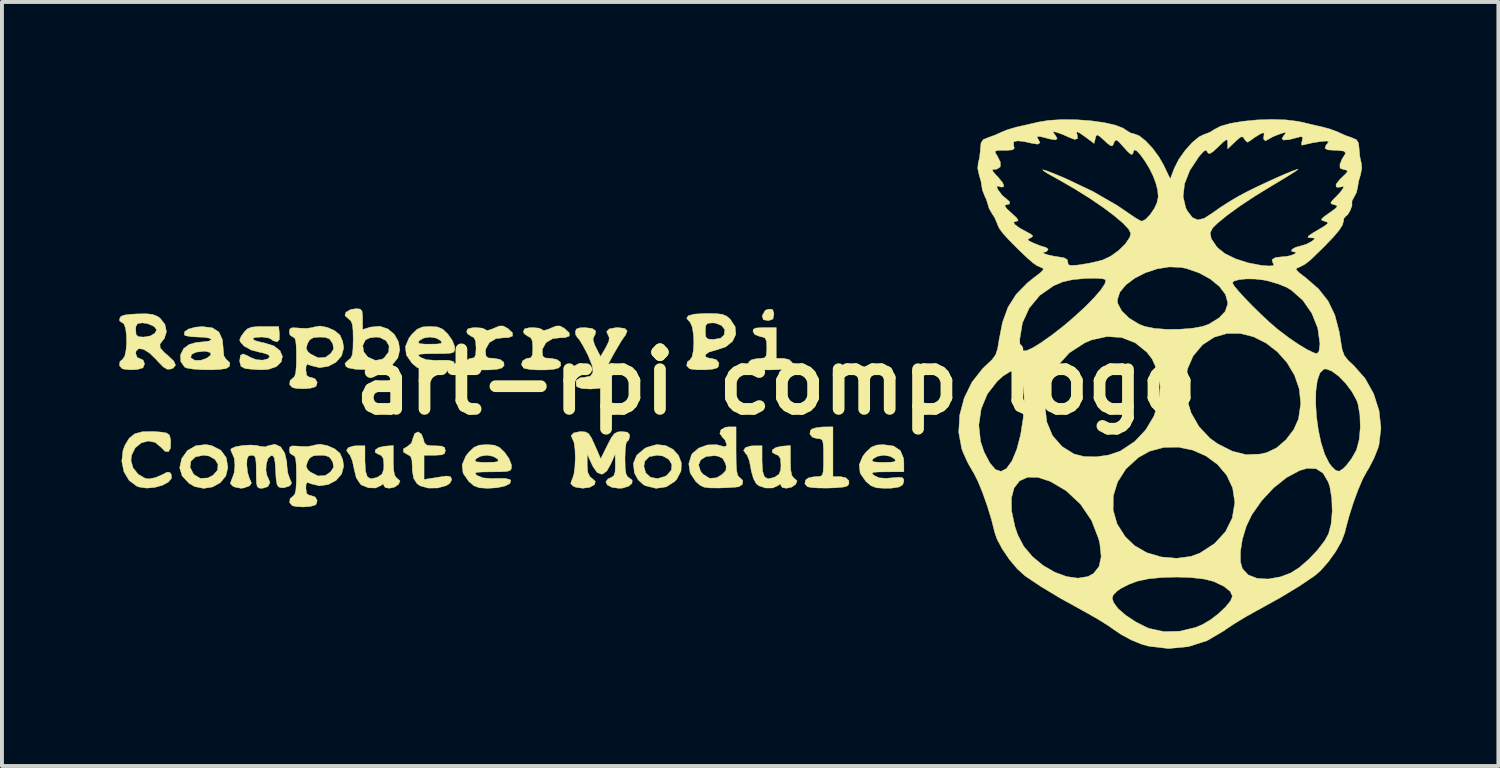
<source format=kicad_pcb>
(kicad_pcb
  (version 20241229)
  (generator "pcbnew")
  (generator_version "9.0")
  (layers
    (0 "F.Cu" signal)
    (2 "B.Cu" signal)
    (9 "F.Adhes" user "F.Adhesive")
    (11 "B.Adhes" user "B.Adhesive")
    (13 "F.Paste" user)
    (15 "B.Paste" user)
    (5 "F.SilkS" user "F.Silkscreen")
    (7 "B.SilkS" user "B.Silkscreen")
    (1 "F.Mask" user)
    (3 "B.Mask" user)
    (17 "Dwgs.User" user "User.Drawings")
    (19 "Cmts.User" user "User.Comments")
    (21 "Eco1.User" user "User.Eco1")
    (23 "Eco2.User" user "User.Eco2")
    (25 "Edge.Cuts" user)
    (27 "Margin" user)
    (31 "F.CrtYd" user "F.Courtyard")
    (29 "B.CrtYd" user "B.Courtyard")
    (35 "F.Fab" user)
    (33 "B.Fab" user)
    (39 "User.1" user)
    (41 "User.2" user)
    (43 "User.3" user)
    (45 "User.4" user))
  (footprint "art-rpi comp logo"
    (layer "F.Cu")
    (at 16.811 6.723)
    (property "Reference" "art-rpi comp logo" (at 0 0 0) (layer "F.SilkS") (effects (font (size 1.524 1.524) (thickness 0.3))))
    (attr through_hole)
    (fp_poly (pts (xy -0.095 -1.856) (xy -0.062 -1.769) (xy -0.06 -1.728) (xy -0.084 -1.611) (xy -0.177 -1.574) (xy -0.216 -1.572) (xy -0.329 -1.592) (xy -0.356 -1.672) (xy -0.352 -1.708) (xy -0.283 -1.831) (xy -0.197 -1.864) (xy -0.095 -1.856)) (stroke (width 0.01) (type solid)) (fill yes) (layer "F.SilkS"))
    (fp_poly (pts (xy -14.444 1.629) (xy -14.209 1.748) (xy -14.072 1.937) (xy -14.03 2.185) (xy -14.083 2.405) (xy -14.223 2.576) (xy -14.421 2.686) (xy -14.65 2.723) (xy -14.883 2.676) (xy -15.025 2.593) (xy -15.202 2.402) (xy -15.263 2.195) (xy -15.26 2.18) (xy -14.999 2.18) (xy -14.913 2.351) (xy -14.898 2.369) (xy -14.737 2.466) (xy -14.545 2.456) (xy -14.407 2.385) (xy -14.294 2.253) (xy -14.283 2.109) (xy -14.36 1.981) (xy -14.512 1.895) (xy -14.658 1.875) (xy -14.859 1.917) (xy -14.976 2.027) (xy -14.999 2.18) (xy -15.26 2.18) (xy -15.212 1.96) (xy -15.065 1.754) (xy -14.849 1.63) (xy -14.59 1.601) (xy -14.444 1.629)) (stroke (width 0.01) (type solid)) (fill yes) (layer "F.SilkS"))
    (fp_poly (pts (xy 0 -0.605) (xy 0.183 -0.605) (xy 0.327 -0.573) (xy 0.409 -0.497) (xy 0.406 -0.406) (xy 0.357 -0.358) (xy 0.258 -0.333) (xy 0.078 -0.317) (xy -0.143 -0.309) (xy -0.366 -0.311) (xy -0.55 -0.323) (xy -0.65 -0.342) (xy -0.72 -0.418) (xy -0.7 -0.515) (xy -0.63 -0.568) (xy -0.493 -0.598) (xy -0.388 -0.605) (xy -0.297 -0.617) (xy -0.255 -0.676) (xy -0.242 -0.813) (xy -0.242 -0.873) (xy -0.249 -1.04) (xy -0.283 -1.122) (xy -0.365 -1.154) (xy -0.408 -1.16) (xy -0.546 -1.212) (xy -0.594 -1.285) (xy -0.588 -1.348) (xy -0.521 -1.38) (xy -0.367 -1.391) (xy -0.307 -1.391) (xy 0 -1.391) (xy 0 -0.605)) (stroke (width 0.01) (type solid)) (fill yes) (layer "F.SilkS"))
    (fp_poly (pts (xy -2.834 1.625) (xy -2.642 1.723) (xy -2.501 1.877) (xy -2.427 2.069) (xy -2.436 2.278) (xy -2.544 2.487) (xy -2.596 2.545) (xy -2.815 2.684) (xy -3.075 2.722) (xy -3.345 2.655) (xy -3.397 2.629) (xy -3.533 2.505) (xy -3.628 2.331) (xy -3.648 2.155) (xy -3.387 2.155) (xy -3.338 2.33) (xy -3.211 2.44) (xy -3.035 2.472) (xy -2.843 2.415) (xy -2.795 2.385) (xy -2.683 2.253) (xy -2.671 2.109) (xy -2.748 1.981) (xy -2.901 1.895) (xy -3.046 1.875) (xy -3.252 1.912) (xy -3.363 2.026) (xy -3.387 2.155) (xy -3.648 2.155) (xy -3.656 2.085) (xy -3.57 1.875) (xy -3.372 1.706) (xy -3.311 1.673) (xy -3.062 1.602) (xy -2.834 1.625)) (stroke (width 0.01) (type solid)) (fill yes) (layer "F.SilkS"))
    (fp_poly (pts (xy 1.451 2.419) (xy 1.635 2.419) (xy 1.779 2.451) (xy 1.86 2.527) (xy 1.858 2.617) (xy 1.808 2.666) (xy 1.709 2.691) (xy 1.53 2.707) (xy 1.308 2.715) (xy 1.086 2.713) (xy 0.902 2.701) (xy 0.801 2.681) (xy 0.732 2.606) (xy 0.751 2.509) (xy 0.821 2.456) (xy 0.958 2.426) (xy 1.063 2.419) (xy 1.136 2.413) (xy 1.179 2.38) (xy 1.201 2.293) (xy 1.209 2.13) (xy 1.21 1.935) (xy 1.208 1.695) (xy 1.198 1.552) (xy 1.172 1.48) (xy 1.122 1.454) (xy 1.056 1.451) (xy 0.928 1.416) (xy 0.86 1.333) (xy 0.875 1.24) (xy 0.913 1.204) (xy 1.028 1.169) (xy 1.197 1.15) (xy 1.225 1.15) (xy 1.451 1.149) (xy 1.451 2.419)) (stroke (width 0.01) (type solid)) (fill yes) (layer "F.SilkS"))
    (fp_poly (pts (xy -15.754 1.281) (xy -15.597 1.306) (xy -15.524 1.36) (xy -15.496 1.475) (xy -15.493 1.507) (xy -15.498 1.694) (xy -15.552 1.785) (xy -15.642 1.772) (xy -15.733 1.678) (xy -15.89 1.546) (xy -16.072 1.511) (xy -16.252 1.562) (xy -16.402 1.687) (xy -16.494 1.874) (xy -16.51 2.007) (xy -16.458 2.196) (xy -16.326 2.361) (xy -16.152 2.463) (xy -16.053 2.48) (xy -15.887 2.448) (xy -15.715 2.374) (xy -15.589 2.309) (xy -15.521 2.312) (xy -15.481 2.359) (xy -15.471 2.465) (xy -15.555 2.563) (xy -15.707 2.644) (xy -15.9 2.698) (xy -16.107 2.716) (xy -16.301 2.688) (xy -16.359 2.668) (xy -16.558 2.519) (xy -16.69 2.297) (xy -16.745 2.03) (xy -16.714 1.752) (xy -16.665 1.62) (xy -16.555 1.439) (xy -16.413 1.326) (xy -16.216 1.272) (xy -15.94 1.267) (xy -15.754 1.281)) (stroke (width 0.01) (type solid)) (fill yes) (layer "F.SilkS"))
    (fp_poly (pts (xy -9.077 1.334) (xy -9.033 1.447) (xy -9 1.563) (xy -8.936 1.617) (xy -8.803 1.632) (xy -8.731 1.633) (xy -8.564 1.641) (xy -8.486 1.676) (xy -8.467 1.751) (xy -8.467 1.754) (xy -8.484 1.829) (xy -8.558 1.865) (xy -8.719 1.875) (xy -8.739 1.875) (xy -9.011 1.875) (xy -9.011 2.495) (xy -8.784 2.459) (xy -8.601 2.43) (xy -8.452 2.408) (xy -8.439 2.406) (xy -8.331 2.425) (xy -8.302 2.499) (xy -8.352 2.592) (xy -8.437 2.65) (xy -8.666 2.713) (xy -8.906 2.715) (xy -9.11 2.658) (xy -9.192 2.6) (xy -9.278 2.465) (xy -9.312 2.262) (xy -9.313 2.184) (xy -9.322 1.999) (xy -9.356 1.902) (xy -9.428 1.859) (xy -9.434 1.857) (xy -9.538 1.794) (xy -9.538 1.712) (xy -9.438 1.651) (xy -9.335 1.567) (xy -9.302 1.461) (xy -9.25 1.319) (xy -9.164 1.276) (xy -9.077 1.334)) (stroke (width 0.01) (type solid)) (fill yes) (layer "F.SilkS"))
    (fp_poly (pts (xy -9.797 2.019) (xy -9.79 2.249) (xy -9.763 2.387) (xy -9.711 2.46) (xy -9.694 2.471) (xy -9.626 2.531) (xy -9.66 2.611) (xy -9.671 2.625) (xy -9.772 2.693) (xy -9.899 2.719) (xy -10.003 2.702) (xy -10.039 2.649) (xy -10.057 2.607) (xy -10.112 2.649) (xy -10.251 2.713) (xy -10.434 2.708) (xy -10.608 2.638) (xy -10.637 2.616) (xy -10.746 2.452) (xy -10.805 2.207) (xy -10.845 2.019) (xy -10.903 1.878) (xy -10.935 1.839) (xy -10.995 1.753) (xy -10.95 1.681) (xy -10.816 1.638) (xy -10.731 1.633) (xy -10.523 1.633) (xy -10.523 2.028) (xy -10.509 2.281) (xy -10.462 2.427) (xy -10.371 2.478) (xy -10.227 2.446) (xy -10.186 2.428) (xy -10.086 2.357) (xy -10.044 2.239) (xy -10.039 2.125) (xy -10.053 1.961) (xy -10.106 1.88) (xy -10.166 1.856) (xy -10.263 1.802) (xy -10.257 1.735) (xy -10.165 1.675) (xy -10.019 1.644) (xy -9.797 1.626) (xy -9.797 2.019)) (stroke (width 0.01) (type solid)) (fill yes) (layer "F.SilkS"))
    (fp_poly (pts (xy 0.363 2.019) (xy 0.37 2.249) (xy 0.397 2.387) (xy 0.449 2.46) (xy 0.466 2.471) (xy 0.534 2.531) (xy 0.5 2.611) (xy 0.489 2.625) (xy 0.388 2.693) (xy 0.261 2.719) (xy 0.157 2.702) (xy 0.121 2.649) (xy 0.103 2.607) (xy 0.048 2.649) (xy -0.089 2.712) (xy -0.271 2.714) (xy -0.442 2.657) (xy -0.512 2.603) (xy -0.583 2.472) (xy -0.638 2.28) (xy -0.652 2.195) (xy -0.689 2.01) (xy -0.745 1.873) (xy -0.775 1.839) (xy -0.835 1.753) (xy -0.79 1.681) (xy -0.657 1.638) (xy -0.571 1.633) (xy -0.363 1.633) (xy -0.363 2.028) (xy -0.349 2.281) (xy -0.302 2.427) (xy -0.211 2.478) (xy -0.067 2.446) (xy -0.026 2.428) (xy 0.074 2.357) (xy 0.116 2.239) (xy 0.121 2.125) (xy 0.107 1.961) (xy 0.054 1.88) (xy -0.006 1.856) (xy -0.103 1.802) (xy -0.097 1.735) (xy -0.005 1.675) (xy 0.141 1.644) (xy 0.363 1.626) (xy 0.363 2.019)) (stroke (width 0.01) (type solid)) (fill yes) (layer "F.SilkS"))
    (fp_poly (pts (xy -6.877 -1.375) (xy -6.864 -1.366) (xy -6.748 -1.258) (xy -6.747 -1.175) (xy -6.855 -1.134) (xy -6.948 -1.134) (xy -7.171 -1.109) (xy -7.341 -1.007) (xy -7.431 -0.848) (xy -7.439 -0.779) (xy -7.426 -0.662) (xy -7.365 -0.614) (xy -7.225 -0.605) (xy -7.066 -0.576) (xy -6.972 -0.506) (xy -6.963 -0.419) (xy -7.022 -0.358) (xy -7.136 -0.326) (xy -7.325 -0.309) (xy -7.544 -0.307) (xy -7.748 -0.319) (xy -7.891 -0.346) (xy -7.916 -0.358) (xy -7.972 -0.445) (xy -7.94 -0.541) (xy -7.842 -0.601) (xy -7.803 -0.605) (xy -7.726 -0.622) (xy -7.69 -0.696) (xy -7.68 -0.858) (xy -7.68 -0.87) (xy -7.692 -1.045) (xy -7.734 -1.134) (xy -7.801 -1.167) (xy -7.9 -1.233) (xy -7.922 -1.295) (xy -7.888 -1.36) (xy -7.771 -1.388) (xy -7.68 -1.391) (xy -7.529 -1.378) (xy -7.445 -1.345) (xy -7.439 -1.331) (xy -7.391 -1.316) (xy -7.274 -1.352) (xy -7.231 -1.371) (xy -7.086 -1.432) (xy -6.988 -1.433) (xy -6.877 -1.375)) (stroke (width 0.01) (type solid)) (fill yes) (layer "F.SilkS"))
    (fp_poly (pts (xy -5.426 -1.375) (xy -5.413 -1.366) (xy -5.297 -1.258) (xy -5.296 -1.175) (xy -5.403 -1.134) (xy -5.496 -1.134) (xy -5.719 -1.109) (xy -5.89 -1.007) (xy -5.98 -0.848) (xy -5.987 -0.779) (xy -5.975 -0.662) (xy -5.913 -0.614) (xy -5.774 -0.605) (xy -5.615 -0.576) (xy -5.521 -0.506) (xy -5.512 -0.419) (xy -5.57 -0.358) (xy -5.684 -0.326) (xy -5.874 -0.309) (xy -6.093 -0.307) (xy -6.296 -0.319) (xy -6.439 -0.346) (xy -6.465 -0.358) (xy -6.52 -0.445) (xy -6.489 -0.541) (xy -6.391 -0.601) (xy -6.352 -0.605) (xy -6.274 -0.622) (xy -6.238 -0.696) (xy -6.229 -0.858) (xy -6.229 -0.87) (xy -6.24 -1.045) (xy -6.283 -1.134) (xy -6.35 -1.167) (xy -6.448 -1.233) (xy -6.471 -1.295) (xy -6.437 -1.36) (xy -6.319 -1.388) (xy -6.229 -1.391) (xy -6.078 -1.378) (xy -5.993 -1.345) (xy -5.987 -1.331) (xy -5.94 -1.316) (xy -5.822 -1.352) (xy -5.779 -1.371) (xy -5.634 -1.432) (xy -5.536 -1.433) (xy -5.426 -1.375)) (stroke (width 0.01) (type solid)) (fill yes) (layer "F.SilkS"))
    (fp_poly (pts (xy -14.429 -1.386) (xy -14.26 -1.278) (xy -14.171 -1.084) (xy -14.151 -0.868) (xy -14.132 -0.666) (xy -14.07 -0.571) (xy -14.061 -0.566) (xy -13.979 -0.49) (xy -13.992 -0.397) (xy -14.076 -0.344) (xy -14.244 -0.32) (xy -14.466 -0.31) (xy -14.706 -0.314) (xy -14.924 -0.33) (xy -15.083 -0.357) (xy -15.135 -0.379) (xy -15.236 -0.522) (xy -15.24 -0.628) (xy -14.98 -0.628) (xy -14.972 -0.612) (xy -14.873 -0.553) (xy -14.716 -0.556) (xy -14.571 -0.607) (xy -14.467 -0.689) (xy -14.479 -0.752) (xy -14.6 -0.784) (xy -14.65 -0.785) (xy -14.841 -0.763) (xy -14.958 -0.707) (xy -14.98 -0.628) (xy -15.24 -0.628) (xy -15.243 -0.693) (xy -15.163 -0.854) (xy -15.024 -0.958) (xy -14.853 -1.008) (xy -14.663 -1.028) (xy -14.524 -1.043) (xy -14.455 -1.081) (xy -14.454 -1.089) (xy -14.508 -1.122) (xy -14.649 -1.144) (xy -14.783 -1.149) (xy -14.971 -1.158) (xy -15.105 -1.182) (xy -15.145 -1.203) (xy -15.14 -1.284) (xy -15.038 -1.354) (xy -14.862 -1.402) (xy -14.686 -1.417) (xy -14.429 -1.386)) (stroke (width 0.01) (type solid)) (fill yes) (layer "F.SilkS"))
    (fp_poly (pts (xy -12.73 -1.418) (xy -12.711 -1.223) (xy -12.715 -1.08) (xy -12.769 -1.029) (xy -12.783 -1.028) (xy -12.888 -1.063) (xy -12.912 -1.089) (xy -12.991 -1.127) (xy -13.142 -1.148) (xy -13.191 -1.149) (xy -13.349 -1.136) (xy -13.395 -1.102) (xy -13.335 -1.058) (xy -13.174 -1.014) (xy -13.111 -1.003) (xy -12.855 -0.924) (xy -12.697 -0.801) (xy -12.635 -0.656) (xy -12.666 -0.513) (xy -12.788 -0.393) (xy -12.999 -0.321) (xy -13.182 -0.311) (xy -13.383 -0.322) (xy -13.554 -0.339) (xy -13.592 -0.345) (xy -13.694 -0.397) (xy -13.728 -0.521) (xy -13.728 -0.548) (xy -13.708 -0.682) (xy -13.639 -0.718) (xy -13.506 -0.661) (xy -13.458 -0.631) (xy -13.307 -0.571) (xy -13.142 -0.558) (xy -13.009 -0.591) (xy -12.958 -0.646) (xy -12.997 -0.7) (xy -13.142 -0.746) (xy -13.219 -0.76) (xy -13.434 -0.818) (xy -13.61 -0.914) (xy -13.713 -1.025) (xy -13.728 -1.082) (xy -13.693 -1.163) (xy -13.612 -1.278) (xy -13.531 -1.359) (xy -13.426 -1.402) (xy -13.262 -1.418) (xy -13.114 -1.419) (xy -12.73 -1.418)) (stroke (width 0.01) (type solid)) (fill yes) (layer "F.SilkS"))
    (fp_poly (pts (xy 3.004 1.64) (xy 3.175 1.755) (xy 3.257 1.95) (xy 3.266 2.066) (xy 3.266 2.298) (xy 2.827 2.3) (xy 2.605 2.303) (xy 2.486 2.313) (xy 2.451 2.335) (xy 2.484 2.375) (xy 2.51 2.396) (xy 2.631 2.453) (xy 2.809 2.465) (xy 2.948 2.454) (xy 3.134 2.438) (xy 3.229 2.448) (xy 3.262 2.492) (xy 3.266 2.533) (xy 3.237 2.63) (xy 3.139 2.689) (xy 2.953 2.717) (xy 2.772 2.721) (xy 2.567 2.708) (xy 2.425 2.655) (xy 2.293 2.545) (xy 2.148 2.335) (xy 2.123 2.119) (xy 2.166 2.016) (xy 2.452 2.016) (xy 2.491 2.044) (xy 2.617 2.055) (xy 2.752 2.056) (xy 2.944 2.052) (xy 3.036 2.036) (xy 3.048 2.001) (xy 3.024 1.965) (xy 2.914 1.902) (xy 2.754 1.875) (xy 2.752 1.875) (xy 2.591 1.901) (xy 2.48 1.965) (xy 2.48 1.965) (xy 2.452 2.016) (xy 2.166 2.016) (xy 2.218 1.895) (xy 2.293 1.8) (xy 2.431 1.67) (xy 2.572 1.614) (xy 2.74 1.603) (xy 3.004 1.64)) (stroke (width 0.01) (type solid)) (fill yes) (layer "F.SilkS"))
    (fp_poly (pts (xy -1.028 1.778) (xy -1.025 2.072) (xy -1.013 2.266) (xy -0.989 2.38) (xy -0.951 2.434) (xy -0.937 2.441) (xy -0.856 2.519) (xy -0.865 2.618) (xy -0.953 2.68) (xy -1.065 2.694) (xy -1.256 2.706) (xy -1.473 2.713) (xy -1.7 2.711) (xy -1.846 2.692) (xy -1.951 2.642) (xy -2.055 2.551) (xy -2.062 2.543) (xy -2.201 2.331) (xy -2.233 2.126) (xy -1.986 2.126) (xy -1.937 2.282) (xy -1.875 2.359) (xy -1.706 2.465) (xy -1.526 2.452) (xy -1.384 2.365) (xy -1.288 2.264) (xy -1.28 2.154) (xy -1.303 2.078) (xy -1.37 1.955) (xy -1.486 1.899) (xy -1.581 1.887) (xy -1.794 1.907) (xy -1.934 1.994) (xy -1.986 2.126) (xy -2.233 2.126) (xy -2.238 2.095) (xy -2.17 1.868) (xy -2.147 1.832) (xy -1.984 1.692) (xy -1.76 1.611) (xy -1.526 1.605) (xy -1.45 1.624) (xy -1.324 1.658) (xy -1.275 1.634) (xy -1.27 1.591) (xy -1.315 1.478) (xy -1.371 1.421) (xy -1.443 1.32) (xy -1.415 1.223) (xy -1.301 1.159) (xy -1.211 1.149) (xy -1.028 1.149) (xy -1.028 1.778)) (stroke (width 0.01) (type solid)) (fill yes) (layer "F.SilkS"))
    (fp_poly (pts (xy -8.666 -1.407) (xy -8.532 -1.349) (xy -8.401 -1.224) (xy -8.29 -1.066) (xy -8.229 -0.914) (xy -8.225 -0.876) (xy -8.23 -0.802) (xy -8.261 -0.758) (xy -8.344 -0.735) (xy -8.501 -0.726) (xy -8.724 -0.724) (xy -8.965 -0.721) (xy -9.102 -0.712) (xy -9.154 -0.693) (xy -9.138 -0.66) (xy -9.102 -0.63) (xy -8.957 -0.57) (xy -8.724 -0.553) (xy -8.624 -0.556) (xy -8.389 -0.556) (xy -8.265 -0.526) (xy -8.241 -0.499) (xy -8.27 -0.423) (xy -8.396 -0.36) (xy -8.599 -0.317) (xy -8.838 -0.302) (xy -9.043 -0.315) (xy -9.186 -0.368) (xy -9.318 -0.479) (xy -9.464 -0.689) (xy -9.489 -0.905) (xy -9.445 -1.007) (xy -9.16 -1.007) (xy -9.121 -0.98) (xy -8.995 -0.969) (xy -8.86 -0.968) (xy -8.668 -0.971) (xy -8.576 -0.988) (xy -8.563 -1.023) (xy -8.588 -1.058) (xy -8.698 -1.122) (xy -8.858 -1.149) (xy -8.86 -1.149) (xy -9.02 -1.123) (xy -9.131 -1.059) (xy -9.132 -1.058) (xy -9.16 -1.007) (xy -9.445 -1.007) (xy -9.393 -1.129) (xy -9.318 -1.224) (xy -9.185 -1.351) (xy -9.051 -1.408) (xy -8.86 -1.421) (xy -8.666 -1.407)) (stroke (width 0.01) (type solid)) (fill yes) (layer "F.SilkS"))
    (fp_poly (pts (xy -7.215 1.616) (xy -7.081 1.675) (xy -6.95 1.8) (xy -6.839 1.958) (xy -6.778 2.11) (xy -6.773 2.148) (xy -6.778 2.221) (xy -6.81 2.266) (xy -6.892 2.289) (xy -7.049 2.298) (xy -7.272 2.3) (xy -7.513 2.303) (xy -7.651 2.311) (xy -7.703 2.33) (xy -7.686 2.364) (xy -7.65 2.394) (xy -7.505 2.454) (xy -7.273 2.471) (xy -7.173 2.467) (xy -6.938 2.467) (xy -6.813 2.497) (xy -6.79 2.525) (xy -6.818 2.601) (xy -6.945 2.664) (xy -7.147 2.707) (xy -7.387 2.721) (xy -7.592 2.708) (xy -7.734 2.656) (xy -7.867 2.545) (xy -8.012 2.335) (xy -8.037 2.119) (xy -7.994 2.016) (xy -7.708 2.016) (xy -7.669 2.044) (xy -7.543 2.055) (xy -7.408 2.056) (xy -7.216 2.052) (xy -7.124 2.036) (xy -7.112 2.001) (xy -7.136 1.965) (xy -7.246 1.902) (xy -7.406 1.875) (xy -7.408 1.875) (xy -7.569 1.901) (xy -7.68 1.965) (xy -7.68 1.965) (xy -7.708 2.016) (xy -7.994 2.016) (xy -7.942 1.895) (xy -7.867 1.8) (xy -7.734 1.673) (xy -7.6 1.616) (xy -7.408 1.603) (xy -7.215 1.616)) (stroke (width 0.01) (type solid)) (fill yes) (layer "F.SilkS"))
    (fp_poly (pts (xy -3.875 -1.37) (xy -3.813 -1.306) (xy -3.86 -1.193) (xy -3.892 -1.154) (xy -3.957 -1.058) (xy -4.06 -0.888) (xy -4.183 -0.673) (xy -4.224 -0.597) (xy -4.344 -0.37) (xy -4.409 -0.224) (xy -4.427 -0.135) (xy -4.403 -0.079) (xy -4.384 -0.06) (xy -4.323 0.033) (xy -4.372 0.109) (xy -4.517 0.161) (xy -4.747 0.181) (xy -4.757 0.181) (xy -4.976 0.168) (xy -5.093 0.126) (xy -5.117 0.094) (xy -5.122 -0.034) (xy -5.022 -0.106) (xy -4.899 -0.121) (xy -4.754 -0.151) (xy -4.69 -0.245) (xy -4.708 -0.413) (xy -4.806 -0.662) (xy -4.843 -0.737) (xy -4.945 -0.929) (xy -5.032 -1.073) (xy -5.086 -1.138) (xy -5.088 -1.139) (xy -5.132 -1.208) (xy -5.14 -1.275) (xy -5.118 -1.352) (xy -5.03 -1.385) (xy -4.902 -1.391) (xy -4.708 -1.369) (xy -4.617 -1.305) (xy -4.636 -1.206) (xy -4.655 -1.181) (xy -4.688 -1.095) (xy -4.654 -0.966) (xy -4.61 -0.874) (xy -4.496 -0.651) (xy -4.363 -0.876) (xy -4.282 -1.039) (xy -4.274 -1.143) (xy -4.297 -1.183) (xy -4.339 -1.288) (xy -4.27 -1.359) (xy -4.097 -1.39) (xy -4.048 -1.391) (xy -3.875 -1.37)) (stroke (width 0.01) (type solid)) (fill yes) (layer "F.SilkS"))
    (fp_poly (pts (xy -10.649 -1.866) (xy -10.599 -1.817) (xy -10.584 -1.696) (xy -10.583 -1.608) (xy -10.583 -1.342) (xy -10.381 -1.404) (xy -10.142 -1.427) (xy -9.934 -1.356) (xy -9.771 -1.217) (xy -9.666 -1.031) (xy -9.632 -0.823) (xy -9.681 -0.616) (xy -9.828 -0.434) (xy -9.836 -0.427) (xy -9.942 -0.364) (xy -10.08 -0.328) (xy -10.285 -0.313) (xy -10.464 -0.312) (xy -10.763 -0.325) (xy -10.947 -0.359) (xy -11.009 -0.396) (xy -11.036 -0.474) (xy -10.959 -0.55) (xy -10.951 -0.555) (xy -10.885 -0.612) (xy -10.847 -0.699) (xy -10.83 -0.846) (xy -10.828 -0.934) (xy -10.579 -0.934) (xy -10.555 -0.771) (xy -10.449 -0.638) (xy -10.257 -0.552) (xy -10.087 -0.581) (xy -10.029 -0.62) (xy -9.916 -0.769) (xy -9.906 -0.926) (xy -9.986 -1.059) (xy -10.144 -1.139) (xy -10.242 -1.149) (xy -10.401 -1.128) (xy -10.51 -1.077) (xy -10.511 -1.076) (xy -10.579 -0.934) (xy -10.828 -0.934) (xy -10.825 -1.084) (xy -10.825 -1.089) (xy -10.829 -1.328) (xy -10.847 -1.477) (xy -10.885 -1.564) (xy -10.95 -1.621) (xy -10.951 -1.622) (xy -11.035 -1.696) (xy -11.017 -1.771) (xy -11.004 -1.787) (xy -10.893 -1.852) (xy -10.757 -1.875) (xy -10.649 -1.866)) (stroke (width 0.01) (type solid)) (fill yes) (layer "F.SilkS"))
    (fp_poly (pts (xy -1.536 -1.749) (xy -1.379 -1.73) (xy -1.273 -1.686) (xy -1.181 -1.61) (xy -1.177 -1.605) (xy -1.051 -1.414) (xy -1.034 -1.219) (xy -1.118 -1.041) (xy -1.291 -0.899) (xy -1.545 -0.814) (xy -1.558 -0.812) (xy -1.72 -0.765) (xy -1.807 -0.702) (xy -1.808 -0.642) (xy -1.714 -0.607) (xy -1.661 -0.605) (xy -1.533 -0.569) (xy -1.465 -0.486) (xy -1.48 -0.393) (xy -1.518 -0.358) (xy -1.63 -0.327) (xy -1.81 -0.311) (xy -2.008 -0.311) (xy -2.173 -0.328) (xy -2.223 -0.342) (xy -2.292 -0.418) (xy -2.274 -0.515) (xy -2.207 -0.566) (xy -2.153 -0.645) (xy -2.12 -0.805) (xy -2.109 -1.011) (xy -2.119 -1.224) (xy -2.132 -1.3) (xy -1.814 -1.3) (xy -1.805 -1.158) (xy -1.752 -1.1) (xy -1.62 -1.089) (xy -1.605 -1.089) (xy -1.422 -1.12) (xy -1.333 -1.205) (xy -1.316 -1.338) (xy -1.398 -1.445) (xy -1.557 -1.506) (xy -1.637 -1.512) (xy -1.756 -1.5) (xy -1.805 -1.439) (xy -1.814 -1.3) (xy -2.132 -1.3) (xy -2.15 -1.409) (xy -2.202 -1.527) (xy -2.217 -1.541) (xy -2.292 -1.629) (xy -2.251 -1.694) (xy -2.096 -1.736) (xy -1.83 -1.753) (xy -1.778 -1.754) (xy -1.536 -1.749)) (stroke (width 0.01) (type solid)) (fill yes) (layer "F.SilkS"))
    (fp_poly (pts (xy -11.483 -1.395) (xy -11.296 -1.312) (xy -11.162 -1.198) (xy -11.16 -1.194) (xy -11.092 -1.036) (xy -11.067 -0.869) (xy -11.121 -0.668) (xy -11.263 -0.506) (xy -11.462 -0.4) (xy -11.686 -0.366) (xy -11.905 -0.419) (xy -11.918 -0.425) (xy -11.999 -0.455) (xy -12.03 -0.404) (xy -12.035 -0.305) (xy -12.016 -0.171) (xy -11.948 -0.123) (xy -11.912 -0.121) (xy -11.798 -0.081) (xy -11.745 0.009) (xy -11.772 0.104) (xy -11.799 0.126) (xy -11.921 0.161) (xy -12.102 0.175) (xy -12.284 0.165) (xy -12.383 0.141) (xy -12.451 0.064) (xy -12.438 -0.038) (xy -12.367 -0.099) (xy -12.321 -0.145) (xy -12.292 -0.253) (xy -12.279 -0.445) (xy -12.277 -0.641) (xy -12.28 -0.867) (xy -12.028 -0.867) (xy -11.987 -0.778) (xy -11.92 -0.719) (xy -11.724 -0.619) (xy -11.535 -0.63) (xy -11.4 -0.726) (xy -11.326 -0.84) (xy -11.343 -0.962) (xy -11.359 -0.998) (xy -11.428 -1.099) (xy -11.539 -1.142) (xy -11.672 -1.149) (xy -11.841 -1.135) (xy -11.936 -1.079) (xy -11.989 -0.991) (xy -12.028 -0.867) (xy -12.28 -0.867) (xy -12.281 -0.897) (xy -12.295 -1.052) (xy -12.324 -1.129) (xy -12.367 -1.149) (xy -12.441 -1.2) (xy -12.458 -1.278) (xy -12.446 -1.357) (xy -12.387 -1.388) (xy -12.249 -1.383) (xy -12.194 -1.377) (xy -12.006 -1.371) (xy -11.855 -1.394) (xy -11.823 -1.407) (xy -11.675 -1.432) (xy -11.483 -1.395)) (stroke (width 0.01) (type solid)) (fill yes) (layer "F.SilkS"))
    (fp_poly (pts (xy -11.483 1.629) (xy -11.296 1.712) (xy -11.162 1.826) (xy -11.16 1.83) (xy -11.092 1.987) (xy -11.067 2.155) (xy -11.121 2.356) (xy -11.263 2.518) (xy -11.462 2.624) (xy -11.686 2.658) (xy -11.905 2.605) (xy -11.918 2.598) (xy -11.999 2.569) (xy -12.03 2.62) (xy -12.035 2.719) (xy -12.016 2.853) (xy -11.948 2.901) (xy -11.912 2.903) (xy -11.798 2.943) (xy -11.745 3.033) (xy -11.772 3.128) (xy -11.799 3.15) (xy -11.921 3.185) (xy -12.102 3.198) (xy -12.284 3.188) (xy -12.383 3.165) (xy -12.451 3.088) (xy -12.438 2.985) (xy -12.367 2.925) (xy -12.321 2.879) (xy -12.292 2.771) (xy -12.279 2.579) (xy -12.277 2.382) (xy -12.28 2.157) (xy -12.028 2.157) (xy -11.987 2.245) (xy -11.92 2.305) (xy -11.724 2.405) (xy -11.535 2.393) (xy -11.4 2.298) (xy -11.326 2.183) (xy -11.343 2.062) (xy -11.359 2.026) (xy -11.428 1.925) (xy -11.539 1.882) (xy -11.672 1.875) (xy -11.841 1.888) (xy -11.936 1.945) (xy -11.989 2.033) (xy -12.028 2.157) (xy -12.28 2.157) (xy -12.281 2.127) (xy -12.295 1.972) (xy -12.324 1.895) (xy -12.367 1.875) (xy -12.441 1.824) (xy -12.458 1.746) (xy -12.446 1.667) (xy -12.387 1.636) (xy -12.249 1.641) (xy -12.194 1.647) (xy -12.006 1.652) (xy -11.855 1.63) (xy -11.823 1.617) (xy -11.675 1.592) (xy -11.483 1.629)) (stroke (width 0.01) (type solid)) (fill yes) (layer "F.SilkS"))
    (fp_poly (pts (xy -15.952 -1.727) (xy -15.835 -1.68) (xy -15.765 -1.631) (xy -15.64 -1.472) (xy -15.602 -1.284) (xy -15.657 -1.111) (xy -15.694 -1.067) (xy -15.769 -0.965) (xy -15.761 -0.871) (xy -15.661 -0.757) (xy -15.573 -0.683) (xy -15.416 -0.536) (xy -15.369 -0.429) (xy -15.43 -0.355) (xy -15.49 -0.33) (xy -15.582 -0.325) (xy -15.682 -0.384) (xy -15.817 -0.521) (xy -15.858 -0.568) (xy -16.03 -0.737) (xy -16.186 -0.834) (xy -16.309 -0.854) (xy -16.379 -0.791) (xy -16.389 -0.726) (xy -16.35 -0.626) (xy -16.296 -0.605) (xy -16.199 -0.56) (xy -16.161 -0.462) (xy -16.2 -0.368) (xy -16.214 -0.358) (xy -16.343 -0.32) (xy -16.525 -0.31) (xy -16.695 -0.329) (xy -16.737 -0.342) (xy -16.806 -0.42) (xy -16.792 -0.522) (xy -16.722 -0.583) (xy -16.67 -0.657) (xy -16.637 -0.808) (xy -16.622 -1.002) (xy -16.627 -1.204) (xy -16.643 -1.33) (xy -16.389 -1.33) (xy -16.377 -1.207) (xy -16.314 -1.158) (xy -16.185 -1.149) (xy -16.018 -1.177) (xy -15.901 -1.245) (xy -15.9 -1.246) (xy -15.854 -1.332) (xy -15.904 -1.405) (xy -15.934 -1.428) (xy -16.083 -1.492) (xy -16.219 -1.512) (xy -16.34 -1.495) (xy -16.384 -1.421) (xy -16.389 -1.33) (xy -16.643 -1.33) (xy -16.65 -1.378) (xy -16.691 -1.489) (xy -16.726 -1.512) (xy -16.798 -1.557) (xy -16.801 -1.618) (xy -16.769 -1.676) (xy -16.683 -1.711) (xy -16.518 -1.732) (xy -16.354 -1.741) (xy -16.112 -1.745) (xy -15.952 -1.727)) (stroke (width 0.01) (type solid)) (fill yes) (layer "F.SilkS"))
    (fp_poly (pts (xy -3.808 1.285) (xy -3.754 1.345) (xy -3.75 1.391) (xy -3.775 1.489) (xy -3.81 1.512) (xy -3.841 1.568) (xy -3.862 1.72) (xy -3.87 1.942) (xy -3.87 1.959) (xy -3.864 2.207) (xy -3.842 2.356) (xy -3.801 2.429) (xy -3.78 2.441) (xy -3.686 2.511) (xy -3.691 2.594) (xy -3.778 2.668) (xy -3.929 2.715) (xy -4.022 2.721) (xy -4.202 2.697) (xy -4.32 2.636) (xy -4.36 2.558) (xy -4.307 2.482) (xy -4.233 2.449) (xy -4.157 2.403) (xy -4.123 2.303) (xy -4.117 2.128) (xy -4.121 1.845) (xy -4.235 2.102) (xy -4.335 2.279) (xy -4.436 2.353) (xy -4.476 2.359) (xy -4.583 2.315) (xy -4.683 2.174) (xy -4.719 2.102) (xy -4.835 1.845) (xy -4.837 2.117) (xy -4.823 2.309) (xy -4.769 2.422) (xy -4.713 2.468) (xy -4.629 2.543) (xy -4.647 2.618) (xy -4.659 2.634) (xy -4.776 2.697) (xy -4.951 2.719) (xy -5.125 2.695) (xy -5.201 2.662) (xy -5.259 2.598) (xy -5.229 2.504) (xy -5.216 2.482) (xy -5.176 2.356) (xy -5.151 2.161) (xy -5.142 1.934) (xy -5.15 1.716) (xy -5.174 1.546) (xy -5.208 1.469) (xy -5.249 1.376) (xy -5.186 1.305) (xy -5.033 1.271) (xy -4.993 1.27) (xy -4.879 1.279) (xy -4.8 1.323) (xy -4.729 1.429) (xy -4.642 1.618) (xy -4.491 1.965) (xy -4.319 1.618) (xy -4.22 1.427) (xy -4.141 1.323) (xy -4.058 1.279) (xy -3.949 1.27) (xy -3.808 1.285)) (stroke (width 0.01) (type solid)) (fill yes) (layer "F.SilkS"))
    (fp_poly (pts (xy -12.682 1.659) (xy -12.576 1.818) (xy -12.522 2.055) (xy -12.519 2.151) (xy -12.497 2.332) (xy -12.444 2.48) (xy -12.443 2.482) (xy -12.399 2.586) (xy -12.442 2.652) (xy -12.458 2.663) (xy -12.593 2.706) (xy -12.67 2.707) (xy -12.735 2.684) (xy -12.775 2.617) (xy -12.797 2.481) (xy -12.809 2.279) (xy -12.823 2.059) (xy -12.845 1.937) (xy -12.883 1.888) (xy -12.93 1.886) (xy -13.002 1.954) (xy -13.047 2.095) (xy -13.057 2.261) (xy -13.027 2.407) (xy -13 2.453) (xy -12.953 2.577) (xy -13.008 2.678) (xy -13.145 2.721) (xy -13.152 2.721) (xy -13.232 2.715) (xy -13.277 2.68) (xy -13.299 2.588) (xy -13.304 2.414) (xy -13.305 2.298) (xy -13.308 2.076) (xy -13.323 1.948) (xy -13.356 1.89) (xy -13.416 1.875) (xy -13.426 1.875) (xy -13.505 1.895) (xy -13.54 1.977) (xy -13.547 2.117) (xy -13.528 2.307) (xy -13.482 2.462) (xy -13.471 2.482) (xy -13.427 2.586) (xy -13.47 2.651) (xy -13.486 2.662) (xy -13.624 2.712) (xy -13.698 2.72) (xy -13.847 2.691) (xy -13.91 2.662) (xy -13.968 2.598) (xy -13.938 2.504) (xy -13.925 2.482) (xy -13.87 2.328) (xy -13.851 2.133) (xy -13.868 1.949) (xy -13.92 1.828) (xy -13.922 1.826) (xy -13.959 1.737) (xy -13.937 1.701) (xy -13.83 1.656) (xy -13.652 1.625) (xy -13.455 1.613) (xy -13.289 1.624) (xy -13.223 1.644) (xy -13.078 1.661) (xy -13.001 1.632) (xy -12.828 1.593) (xy -12.682 1.659)) (stroke (width 0.01) (type solid)) (fill yes) (layer "F.SilkS"))
    (fp_poly (pts (xy 13.036 -6.706) (xy 13.349 -6.668) (xy 13.456 -6.645) (xy 13.682 -6.591) (xy 13.923 -6.536) (xy 13.959 -6.529) (xy 14.165 -6.473) (xy 14.348 -6.405) (xy 14.382 -6.389) (xy 14.568 -6.306) (xy 14.726 -6.25) (xy 14.846 -6.198) (xy 14.899 -6.112) (xy 14.915 -5.955) (xy 14.932 -5.769) (xy 14.964 -5.62) (xy 14.97 -5.602) (xy 14.983 -5.468) (xy 14.949 -5.301) (xy 14.947 -5.295) (xy 14.898 -5.124) (xy 14.877 -4.984) (xy 14.877 -4.983) (xy 14.843 -4.842) (xy 14.789 -4.739) (xy 14.732 -4.633) (xy 14.73 -4.582) (xy 14.731 -4.51) (xy 14.687 -4.392) (xy 14.623 -4.282) (xy 14.565 -4.233) (xy 14.565 -4.233) (xy 14.524 -4.183) (xy 14.514 -4.111) (xy 14.487 -4.015) (xy 14.401 -3.881) (xy 14.247 -3.699) (xy 14.017 -3.46) (xy 13.703 -3.155) (xy 13.668 -3.121) (xy 13.522 -3.008) (xy 13.381 -2.936) (xy 13.38 -2.936) (xy 13.313 -2.908) (xy 13.308 -2.868) (xy 13.378 -2.797) (xy 13.534 -2.676) (xy 13.543 -2.67) (xy 13.875 -2.382) (xy 14.119 -2.073) (xy 14.291 -1.716) (xy 14.405 -1.283) (xy 14.443 -1.045) (xy 14.48 -0.826) (xy 14.535 -0.678) (xy 14.636 -0.549) (xy 14.774 -0.422) (xy 15.067 -0.091) (xy 15.287 0.305) (xy 15.424 0.738) (xy 15.472 1.181) (xy 15.422 1.606) (xy 15.393 1.704) (xy 15.294 1.951) (xy 15.165 2.202) (xy 15.107 2.295) (xy 15.004 2.485) (xy 14.887 2.76) (xy 14.767 3.087) (xy 14.657 3.434) (xy 14.567 3.767) (xy 14.548 3.852) (xy 14.465 4.073) (xy 14.317 4.335) (xy 14.128 4.599) (xy 13.926 4.829) (xy 13.778 4.957) (xy 13.38 5.226) (xy 12.883 5.526) (xy 12.302 5.847) (xy 12.273 5.863) (xy 12.004 6.013) (xy 11.736 6.176) (xy 11.515 6.322) (xy 11.456 6.365) (xy 11.025 6.619) (xy 10.545 6.772) (xy 10.04 6.821) (xy 9.534 6.762) (xy 9.344 6.709) (xy 9.084 6.602) (xy 8.815 6.455) (xy 8.682 6.365) (xy 8.489 6.231) (xy 8.233 6.071) (xy 7.959 5.914) (xy 7.866 5.863) (xy 7.281 5.54) (xy 7.281 5.54) (xy 8.597 5.54) (xy 8.634 5.648) (xy 8.748 5.801) (xy 8.946 5.972) (xy 9.195 6.137) (xy 9.464 6.274) (xy 9.543 6.306) (xy 9.915 6.387) (xy 10.324 6.378) (xy 10.731 6.28) (xy 10.911 6.204) (xy 11.116 6.082) (xy 11.321 5.924) (xy 11.499 5.755) (xy 11.624 5.6) (xy 11.672 5.482) (xy 11.614 5.357) (xy 11.451 5.228) (xy 11.197 5.107) (xy 11.185 5.102) (xy 10.941 5.042) (xy 10.615 5.005) (xy 10.245 4.992) (xy 9.869 5.003) (xy 9.522 5.037) (xy 9.243 5.096) (xy 9.24 5.097) (xy 9.018 5.181) (xy 8.819 5.283) (xy 8.728 5.346) (xy 8.621 5.452) (xy 8.597 5.54) (xy 7.281 5.54) (xy 6.78 5.239) (xy 6.376 4.969) (xy 6.36 4.957) (xy 6.165 4.779) (xy 5.963 4.538) (xy 5.782 4.271) (xy 5.647 4.016) (xy 5.591 3.852) (xy 5.509 3.528) (xy 5.403 3.182) (xy 5.329 2.971) (xy 6.017 2.971) (xy 6.022 3.301) (xy 6.106 3.695) (xy 6.179 3.913) (xy 6.333 4.206) (xy 6.556 4.47) (xy 6.827 4.694) (xy 7.125 4.867) (xy 7.43 4.979) (xy 7.72 5.02) (xy 7.977 4.978) (xy 8.119 4.9) (xy 8.26 4.72) (xy 8.314 4.469) (xy 8.28 4.14) (xy 8.252 4.021) (xy 8.068 3.544) (xy 7.887 3.277) (xy 8.62 3.277) (xy 8.721 3.631) (xy 8.928 3.958) (xy 9.164 4.185) (xy 9.481 4.368) (xy 9.853 4.478) (xy 10.243 4.511) (xy 10.613 4.463) (xy 10.842 4.378) (xy 10.901 4.339) (xy 11.877 4.339) (xy 11.879 4.607) (xy 11.928 4.778) (xy 12.076 4.936) (xy 12.303 5.025) (xy 12.586 5.042) (xy 12.904 4.985) (xy 13.164 4.887) (xy 13.38 4.75) (xy 13.619 4.543) (xy 13.849 4.302) (xy 14.035 4.059) (xy 14.131 3.886) (xy 14.197 3.633) (xy 14.225 3.315) (xy 14.214 2.982) (xy 14.165 2.684) (xy 14.125 2.561) (xy 13.991 2.334) (xy 13.814 2.219) (xy 13.586 2.21) (xy 13.394 2.265) (xy 13.059 2.444) (xy 12.724 2.711) (xy 12.419 3.039) (xy 12.169 3.396) (xy 12.028 3.689) (xy 11.927 4.023) (xy 11.877 4.339) (xy 10.901 4.339) (xy 11.216 4.133) (xy 11.494 3.831) (xy 11.668 3.48) (xy 11.732 3.093) (xy 11.732 3.076) (xy 11.677 2.71) (xy 11.525 2.386) (xy 11.292 2.111) (xy 10.996 1.894) (xy 10.657 1.744) (xy 10.291 1.668) (xy 9.916 1.675) (xy 9.552 1.773) (xy 9.264 1.934) (xy 8.947 2.226) (xy 8.734 2.559) (xy 8.625 2.914) (xy 8.62 3.277) (xy 7.887 3.277) (xy 7.784 3.125) (xy 7.414 2.781) (xy 7.012 2.544) (xy 6.692 2.44) (xy 6.428 2.439) (xy 6.225 2.532) (xy 6.086 2.712) (xy 6.017 2.971) (xy 5.329 2.971) (xy 5.285 2.846) (xy 5.166 2.553) (xy 5.058 2.337) (xy 5.032 2.295) (xy 4.902 2.069) (xy 4.784 1.81) (xy 4.745 1.704) (xy 4.669 1.289) (xy 4.68 1.102) (xy 5.183 1.102) (xy 5.227 1.518) (xy 5.317 1.788) (xy 5.467 2.075) (xy 5.611 2.241) (xy 5.751 2.288) (xy 5.889 2.217) (xy 6.027 2.027) (xy 6.031 2.02) (xy 6.155 1.724) (xy 6.253 1.348) (xy 6.318 0.933) (xy 6.338 0.603) (xy 6.875 0.603) (xy 6.922 1.022) (xy 7.068 1.372) (xy 7.31 1.65) (xy 7.62 1.843) (xy 7.873 1.907) (xy 8.183 1.915) (xy 8.505 1.869) (xy 8.79 1.773) (xy 8.815 1.761) (xy 9.171 1.524) (xy 9.455 1.223) (xy 9.662 0.877) (xy 9.787 0.504) (xy 9.825 0.125) (xy 9.813 0.041) (xy 10.467 0.041) (xy 10.5 0.422) (xy 10.617 0.795) (xy 10.816 1.14) (xy 11.093 1.437) (xy 11.289 1.579) (xy 11.667 1.771) (xy 12.019 1.859) (xy 12.374 1.846) (xy 12.549 1.808) (xy 12.802 1.686) (xy 13.043 1.478) (xy 13.241 1.218) (xy 13.363 0.946) (xy 13.42 0.556) (xy 13.419 0.541) (xy 13.802 0.541) (xy 13.823 0.882) (xy 13.87 1.228) (xy 13.94 1.556) (xy 14.032 1.845) (xy 14.144 2.073) (xy 14.213 2.164) (xy 14.321 2.266) (xy 14.407 2.284) (xy 14.508 2.215) (xy 14.59 2.132) (xy 14.721 1.961) (xy 14.835 1.759) (xy 14.849 1.728) (xy 14.916 1.475) (xy 14.944 1.162) (xy 14.933 0.84) (xy 14.883 0.561) (xy 14.854 0.476) (xy 14.731 0.25) (xy 14.57 0.035) (xy 14.391 -0.148) (xy 14.216 -0.278) (xy 14.067 -0.334) (xy 14.009 -0.327) (xy 13.91 -0.229) (xy 13.844 -0.036) (xy 13.808 0.228) (xy 13.802 0.541) (xy 13.419 0.541) (xy 13.382 0.179) (xy 13.26 -0.175) (xy 13.069 -0.495) (xy 12.822 -0.773) (xy 12.532 -0.996) (xy 12.212 -1.156) (xy 11.876 -1.241) (xy 11.537 -1.241) (xy 11.208 -1.147) (xy 10.906 -0.95) (xy 10.667 -0.666) (xy 10.521 -0.329) (xy 10.467 0.041) (xy 9.813 0.041) (xy 9.772 -0.244) (xy 9.621 -0.582) (xy 9.484 -0.761) (xy 9.185 -1.002) (xy 8.84 -1.137) (xy 8.464 -1.162) (xy 8.07 -1.076) (xy 7.89 -0.999) (xy 7.501 -0.746) (xy 7.198 -0.415) (xy 6.989 -0.021) (xy 6.885 0.419) (xy 6.875 0.603) (xy 6.338 0.603) (xy 6.344 0.518) (xy 6.341 0.357) (xy 6.308 0.029) (xy 6.242 -0.183) (xy 6.139 -0.282) (xy 5.994 -0.271) (xy 5.803 -0.152) (xy 5.654 -0.018) (xy 5.401 0.308) (xy 5.243 0.69) (xy 5.183 1.102) (xy 4.68 1.102) (xy 4.694 0.847) (xy 4.81 0.409) (xy 5.01 0.001) (xy 5.286 -0.348) (xy 5.365 -0.422) (xy 5.523 -0.571) (xy 5.615 -0.699) (xy 5.665 -0.856) (xy 5.696 -1.045) (xy 5.696 -1.048) (xy 6.229 -1.048) (xy 6.244 -0.882) (xy 6.297 -0.8) (xy 6.403 -0.799) (xy 6.575 -0.88) (xy 6.772 -1.002) (xy 7.064 -1.208) (xy 7.361 -1.44) (xy 7.647 -1.685) (xy 7.909 -1.927) (xy 8.086 -2.107) (xy 8.729 -2.107) (xy 8.737 -2.011) (xy 8.839 -1.818) (xy 9.029 -1.633) (xy 9.276 -1.482) (xy 9.426 -1.422) (xy 9.672 -1.371) (xy 9.98 -1.347) (xy 10.314 -1.348) (xy 10.636 -1.373) (xy 10.907 -1.421) (xy 11.067 -1.477) (xy 11.331 -1.64) (xy 11.487 -1.805) (xy 11.549 -1.988) (xy 11.551 -2.034) (xy 11.495 -2.239) (xy 11.339 -2.444) (xy 11.227 -2.536) (xy 11.672 -2.536) (xy 11.714 -2.461) (xy 11.827 -2.324) (xy 11.992 -2.143) (xy 12.192 -1.937) (xy 12.408 -1.726) (xy 12.621 -1.527) (xy 12.814 -1.361) (xy 12.853 -1.329) (xy 13.119 -1.128) (xy 13.375 -0.954) (xy 13.598 -0.821) (xy 13.767 -0.742) (xy 13.834 -0.726) (xy 13.887 -0.783) (xy 13.909 -0.948) (xy 13.91 -0.987) (xy 13.855 -1.379) (xy 13.704 -1.757) (xy 13.473 -2.09) (xy 13.18 -2.349) (xy 13.054 -2.424) (xy 12.851 -2.506) (xy 12.603 -2.58) (xy 12.479 -2.607) (xy 12.252 -2.634) (xy 12.027 -2.637) (xy 11.835 -2.617) (xy 11.707 -2.578) (xy 11.672 -2.536) (xy 11.227 -2.536) (xy 11.106 -2.634) (xy 10.816 -2.792) (xy 10.491 -2.904) (xy 10.359 -2.931) (xy 10.058 -2.944) (xy 9.746 -2.894) (xy 9.443 -2.794) (xy 9.17 -2.653) (xy 8.946 -2.484) (xy 8.792 -2.298) (xy 8.729 -2.107) (xy 8.086 -2.107) (xy 8.133 -2.155) (xy 8.304 -2.353) (xy 8.408 -2.509) (xy 8.431 -2.608) (xy 8.427 -2.616) (xy 8.35 -2.642) (xy 8.178 -2.654) (xy 7.936 -2.65) (xy 7.899 -2.648) (xy 7.581 -2.618) (xy 7.332 -2.561) (xy 7.104 -2.465) (xy 7.097 -2.462) (xy 6.744 -2.216) (xy 6.474 -1.893) (xy 6.299 -1.511) (xy 6.23 -1.09) (xy 6.229 -1.048) (xy 5.696 -1.048) (xy 5.788 -1.523) (xy 5.93 -1.912) (xy 6.138 -2.24) (xy 6.427 -2.535) (xy 6.596 -2.67) (xy 6.756 -2.793) (xy 6.829 -2.866) (xy 6.828 -2.907) (xy 6.763 -2.936) (xy 6.76 -2.937) (xy 6.67 -2.977) (xy 6.562 -3.052) (xy 6.418 -3.178) (xy 6.217 -3.37) (xy 6.139 -3.447) (xy 5.929 -3.66) (xy 5.792 -3.813) (xy 5.708 -3.928) (xy 5.662 -4.027) (xy 5.654 -4.052) (xy 5.588 -4.207) (xy 5.528 -4.297) (xy 5.448 -4.435) (xy 5.426 -4.509) (xy 5.381 -4.657) (xy 5.334 -4.759) (xy 5.276 -4.905) (xy 5.261 -4.996) (xy 5.241 -5.125) (xy 5.193 -5.291) (xy 5.192 -5.295) (xy 5.169 -5.401) (xy 5.534 -5.401) (xy 5.605 -5.315) (xy 5.674 -5.242) (xy 5.793 -5.099) (xy 5.827 -5.009) (xy 5.774 -4.983) (xy 5.702 -5.003) (xy 5.643 -5.012) (xy 5.657 -4.951) (xy 5.681 -4.907) (xy 5.786 -4.77) (xy 5.869 -4.701) (xy 5.971 -4.613) (xy 5.967 -4.553) (xy 5.881 -4.533) (xy 5.845 -4.508) (xy 5.9 -4.431) (xy 6.017 -4.323) (xy 6.151 -4.198) (xy 6.191 -4.132) (xy 6.15 -4.113) (xy 6.074 -4.09) (xy 6.104 -4.029) (xy 6.232 -3.936) (xy 6.369 -3.861) (xy 6.515 -3.781) (xy 6.564 -3.732) (xy 6.53 -3.698) (xy 6.501 -3.686) (xy 6.438 -3.652) (xy 6.46 -3.614) (xy 6.581 -3.554) (xy 6.605 -3.544) (xy 6.763 -3.482) (xy 6.876 -3.449) (xy 6.892 -3.447) (xy 6.953 -3.402) (xy 6.955 -3.387) (xy 6.908 -3.33) (xy 6.884 -3.326) (xy 6.82 -3.315) (xy 6.851 -3.287) (xy 6.951 -3.252) (xy 7.096 -3.22) (xy 7.184 -3.207) (xy 7.363 -3.177) (xy 7.446 -3.13) (xy 7.46 -3.068) (xy 7.47 -3.006) (xy 7.53 -2.982) (xy 7.669 -2.987) (xy 7.763 -2.998) (xy 8.017 -3.04) (xy 8.28 -3.101) (xy 8.357 -3.123) (xy 8.56 -3.219) (xy 8.762 -3.365) (xy 8.933 -3.533) (xy 9.044 -3.698) (xy 9.071 -3.8) (xy 9.02 -3.907) (xy 8.876 -4.061) (xy 8.653 -4.25) (xy 8.365 -4.466) (xy 8.025 -4.698) (xy 7.648 -4.934) (xy 7.247 -5.166) (xy 7.18 -5.203) (xy 6.951 -5.331) (xy 6.832 -5.407) (xy 6.822 -5.431) (xy 6.921 -5.402) (xy 7.128 -5.321) (xy 7.406 -5.205) (xy 8.099 -4.876) (xy 8.725 -4.515) (xy 9.019 -4.315) (xy 9.181 -4.204) (xy 9.307 -4.131) (xy 9.356 -4.112) (xy 9.452 -4.161) (xy 9.569 -4.285) (xy 9.678 -4.446) (xy 9.74 -4.581) (xy 9.774 -4.736) (xy 9.773 -4.744) (xy 10.411 -4.744) (xy 10.477 -4.456) (xy 10.519 -4.375) (xy 10.648 -4.208) (xy 10.784 -4.146) (xy 10.948 -4.185) (xy 11.157 -4.32) (xy 11.358 -4.462) (xy 11.609 -4.623) (xy 11.839 -4.758) (xy 12.033 -4.861) (xy 12.276 -4.981) (xy 12.543 -5.107) (xy 12.808 -5.228) (xy 13.046 -5.331) (xy 13.232 -5.406) (xy 13.34 -5.441) (xy 13.351 -5.443) (xy 13.319 -5.414) (xy 13.199 -5.336) (xy 13.01 -5.218) (xy 12.769 -5.073) (xy 12.69 -5.026) (xy 12.256 -4.761) (xy 11.866 -4.503) (xy 11.536 -4.264) (xy 11.285 -4.058) (xy 11.168 -3.943) (xy 11.103 -3.817) (xy 11.13 -3.669) (xy 11.255 -3.481) (xy 11.302 -3.426) (xy 11.486 -3.281) (xy 11.756 -3.15) (xy 12.078 -3.047) (xy 12.415 -2.983) (xy 12.602 -2.968) (xy 12.716 -2.975) (xy 12.73 -3.014) (xy 12.706 -3.047) (xy 12.685 -3.13) (xy 12.775 -3.184) (xy 12.97 -3.206) (xy 12.992 -3.206) (xy 13.105 -3.221) (xy 13.215 -3.254) (xy 13.29 -3.291) (xy 13.3 -3.319) (xy 13.259 -3.325) (xy 13.182 -3.347) (xy 13.199 -3.394) (xy 13.289 -3.445) (xy 13.385 -3.471) (xy 13.563 -3.524) (xy 13.702 -3.597) (xy 13.779 -3.662) (xy 13.751 -3.684) (xy 13.668 -3.688) (xy 13.602 -3.698) (xy 13.617 -3.734) (xy 13.721 -3.806) (xy 13.849 -3.882) (xy 14.024 -3.987) (xy 14.106 -4.049) (xy 14.106 -4.085) (xy 14.038 -4.109) (xy 14.037 -4.11) (xy 13.96 -4.135) (xy 13.953 -4.17) (xy 14.027 -4.236) (xy 14.151 -4.324) (xy 14.297 -4.429) (xy 14.352 -4.488) (xy 14.328 -4.52) (xy 14.277 -4.535) (xy 14.199 -4.559) (xy 14.192 -4.598) (xy 14.263 -4.68) (xy 14.329 -4.744) (xy 14.441 -4.865) (xy 14.507 -4.96) (xy 14.514 -5.009) (xy 14.454 -4.989) (xy 14.353 -4.981) (xy 14.327 -4.993) (xy 14.323 -5.056) (xy 14.413 -5.173) (xy 14.463 -5.222) (xy 14.583 -5.338) (xy 14.62 -5.396) (xy 14.583 -5.422) (xy 14.527 -5.432) (xy 14.427 -5.47) (xy 14.422 -5.563) (xy 14.428 -5.583) (xy 14.482 -5.714) (xy 14.521 -5.772) (xy 14.571 -5.857) (xy 14.521 -5.907) (xy 14.362 -5.926) (xy 14.303 -5.927) (xy 14.116 -5.938) (xy 14.04 -5.978) (xy 14.064 -6.054) (xy 14.106 -6.104) (xy 14.133 -6.15) (xy 14.081 -6.165) (xy 13.932 -6.152) (xy 13.907 -6.149) (xy 13.714 -6.118) (xy 13.558 -6.083) (xy 13.522 -6.072) (xy 13.445 -6.058) (xy 13.442 -6.122) (xy 13.455 -6.165) (xy 13.472 -6.263) (xy 13.419 -6.277) (xy 13.386 -6.268) (xy 13.13 -6.202) (xy 12.981 -6.189) (xy 12.938 -6.228) (xy 12.999 -6.322) (xy 13.016 -6.34) (xy 13.043 -6.381) (xy 12.984 -6.376) (xy 12.88 -6.343) (xy 12.725 -6.283) (xy 12.62 -6.227) (xy 12.612 -6.221) (xy 12.514 -6.169) (xy 12.468 -6.217) (xy 12.475 -6.288) (xy 12.485 -6.37) (xy 12.43 -6.367) (xy 12.377 -6.341) (xy 12.226 -6.248) (xy 12.146 -6.187) (xy 12.061 -6.133) (xy 12.003 -6.178) (xy 11.984 -6.21) (xy 11.938 -6.271) (xy 11.881 -6.267) (xy 11.783 -6.186) (xy 11.737 -6.142) (xy 11.551 -5.965) (xy 11.551 -6.109) (xy 11.545 -6.185) (xy 11.514 -6.198) (xy 11.437 -6.14) (xy 11.311 -6.019) (xy 11.171 -5.89) (xy 11.089 -5.841) (xy 11.045 -5.861) (xy 11.032 -5.886) (xy 10.996 -5.932) (xy 10.935 -5.9) (xy 10.829 -5.782) (xy 10.811 -5.76) (xy 10.582 -5.413) (xy 10.447 -5.069) (xy 10.411 -4.744) (xy 9.773 -4.744) (xy 9.759 -4.91) (xy 9.711 -5.093) (xy 9.641 -5.278) (xy 9.542 -5.475) (xy 9.429 -5.66) (xy 9.318 -5.814) (xy 9.224 -5.913) (xy 9.161 -5.938) (xy 9.145 -5.912) (xy 9.12 -5.832) (xy 9.08 -5.821) (xy 9.001 -5.886) (xy 8.877 -6.023) (xy 8.761 -6.15) (xy 8.696 -6.193) (xy 8.659 -6.163) (xy 8.64 -6.117) (xy 8.606 -6.047) (xy 8.559 -6.042) (xy 8.47 -6.109) (xy 8.395 -6.179) (xy 8.272 -6.289) (xy 8.209 -6.323) (xy 8.179 -6.285) (xy 8.165 -6.234) (xy 8.134 -6.103) (xy 7.926 -6.257) (xy 7.773 -6.365) (xy 7.698 -6.403) (xy 7.684 -6.375) (xy 7.7 -6.326) (xy 7.709 -6.225) (xy 7.633 -6.206) (xy 7.506 -6.254) (xy 7.33 -6.333) (xy 7.197 -6.381) (xy 7.095 -6.407) (xy 7.091 -6.377) (xy 7.13 -6.327) (xy 7.189 -6.23) (xy 7.149 -6.194) (xy 7.008 -6.215) (xy 6.951 -6.23) (xy 6.766 -6.278) (xy 6.68 -6.282) (xy 6.68 -6.242) (xy 6.705 -6.208) (xy 6.748 -6.119) (xy 6.688 -6.084) (xy 6.532 -6.108) (xy 6.512 -6.114) (xy 6.33 -6.153) (xy 6.18 -6.169) (xy 6.079 -6.149) (xy 6.071 -6.07) (xy 6.078 -6.048) (xy 6.089 -5.974) (xy 6.042 -5.938) (xy 5.911 -5.927) (xy 5.837 -5.927) (xy 5.669 -5.924) (xy 5.6 -5.905) (xy 5.61 -5.854) (xy 5.651 -5.792) (xy 5.735 -5.625) (xy 5.731 -5.503) (xy 5.643 -5.445) (xy 5.612 -5.443) (xy 5.539 -5.436) (xy 5.534 -5.401) (xy 5.169 -5.401) (xy 5.156 -5.461) (xy 5.167 -5.598) (xy 5.168 -5.602) (xy 5.201 -5.736) (xy 5.222 -5.92) (xy 5.223 -5.955) (xy 5.24 -6.116) (xy 5.296 -6.201) (xy 5.413 -6.25) (xy 5.606 -6.32) (xy 5.756 -6.389) (xy 5.922 -6.456) (xy 6.129 -6.517) (xy 6.18 -6.529) (xy 6.413 -6.581) (xy 6.649 -6.636) (xy 6.683 -6.645) (xy 6.969 -6.693) (xy 7.309 -6.714) (xy 7.677 -6.71) (xy 8.044 -6.684) (xy 8.385 -6.637) (xy 8.672 -6.573) (xy 8.878 -6.493) (xy 8.94 -6.45) (xy 9.066 -6.371) (xy 9.152 -6.35) (xy 9.284 -6.301) (xy 9.451 -6.169) (xy 9.628 -5.981) (xy 9.792 -5.758) (xy 9.909 -5.554) (xy 10.081 -5.195) (xy 10.184 -5.465) (xy 10.297 -5.69) (xy 10.458 -5.919) (xy 10.639 -6.122) (xy 10.815 -6.269) (xy 10.936 -6.328) (xy 11.1 -6.391) (xy 11.201 -6.456) (xy 11.365 -6.543) (xy 11.622 -6.616) (xy 11.945 -6.67) (xy 12.306 -6.705) (xy 12.679 -6.718) (xy 13.036 -6.706)) (stroke (width 0.01) (type solid)) (fill yes) (layer "F.SilkS")))
  (gr_rect
    (start -3 -3)
    (end 35.288 16.549)
    (stroke (width 0.1) (type default))
    (fill no)
    (layer "Edge.Cuts")))
</source>
